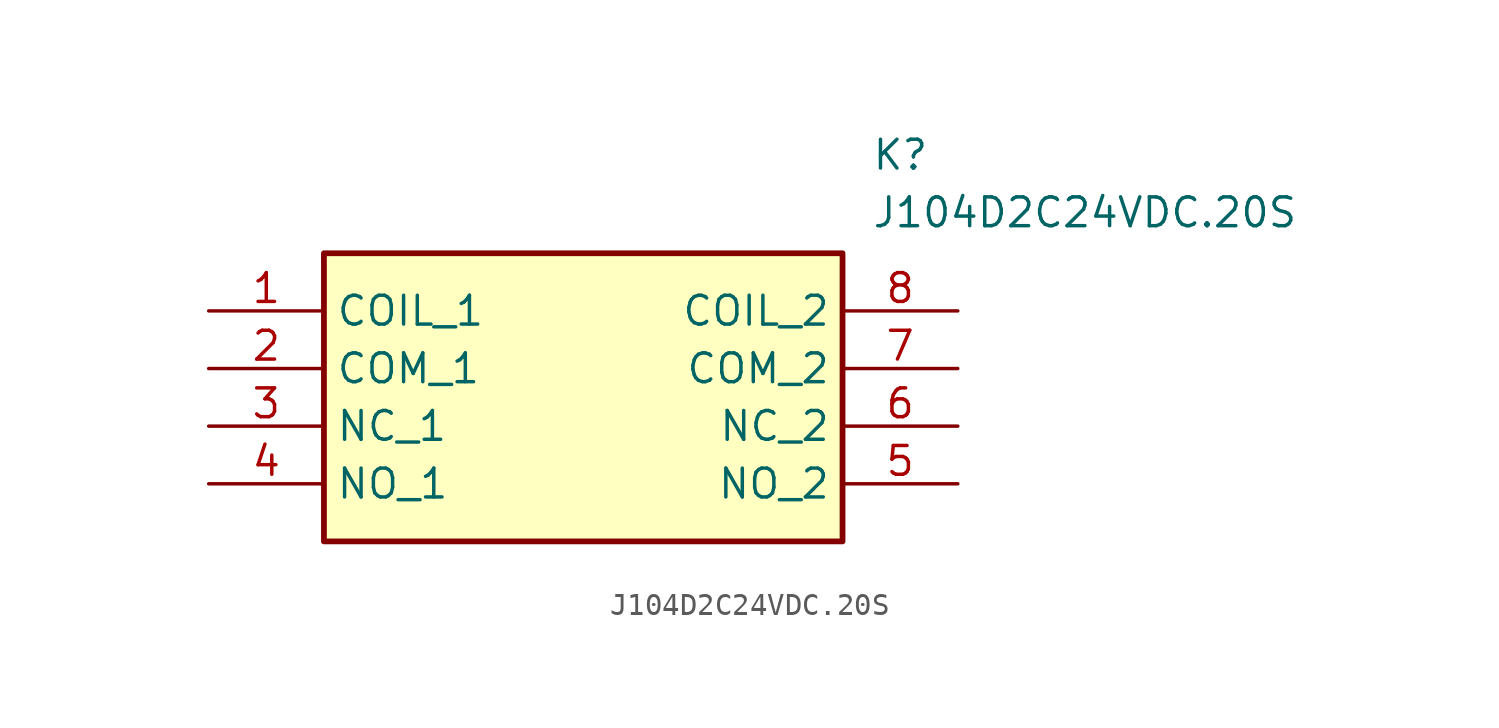
<source format=kicad_sym>
(kicad_symbol_lib
  (version 20220914)
  (generator kicad_symbol_editor)
  (symbol "J104D2C24VDC.20S"
    (property "Reference" "K"
      (at 29.21 7.62 0)
      (effects (font (size 1.27 1.27)) (justify left top)))
    (property "Value" "J104D2C24VDC.20S"
      (at 29.21 5.08 0)
      (effects (font (size 1.27 1.27)) (justify left top)))
    (symbol "J104D2C24VDC.20S_1_1"
      (rectangle (start 5.08 2.54) (end 27.94 -10.16) (stroke (width 0.254) (type default)) (fill (type background)))
      (pin passive line (at 0 0 0) (length 5.08) (name "COIL_1" (effects (font (size 1.27 1.27)))) (number "1" (effects (font (size 1.27 1.27)))))
      (pin passive line (at 0 -2.54 0) (length 5.08) (name "COM_1" (effects (font (size 1.27 1.27)))) (number "2" (effects (font (size 1.27 1.27)))))
      (pin passive line (at 0 -5.08 0) (length 5.08) (name "NC_1" (effects (font (size 1.27 1.27)))) (number "3" (effects (font (size 1.27 1.27)))))
      (pin passive line (at 0 -7.62 0) (length 5.08) (name "NO_1" (effects (font (size 1.27 1.27)))) (number "4" (effects (font (size 1.27 1.27)))))
      (pin passive line (at 33.02 -7.62 180) (length 5.08) (name "NO_2" (effects (font (size 1.27 1.27)))) (number "5" (effects (font (size 1.27 1.27)))))
      (pin passive line (at 33.02 -5.08 180) (length 5.08) (name "NC_2" (effects (font (size 1.27 1.27)))) (number "6" (effects (font (size 1.27 1.27)))))
      (pin passive line (at 33.02 -2.54 180) (length 5.08) (name "COM_2" (effects (font (size 1.27 1.27)))) (number "7" (effects (font (size 1.27 1.27)))))
      (pin passive line (at 33.02 0 180) (length 5.08) (name "COIL_2" (effects (font (size 1.27 1.27)))) (number "8" (effects (font (size 1.27 1.27))))))))
</source>
